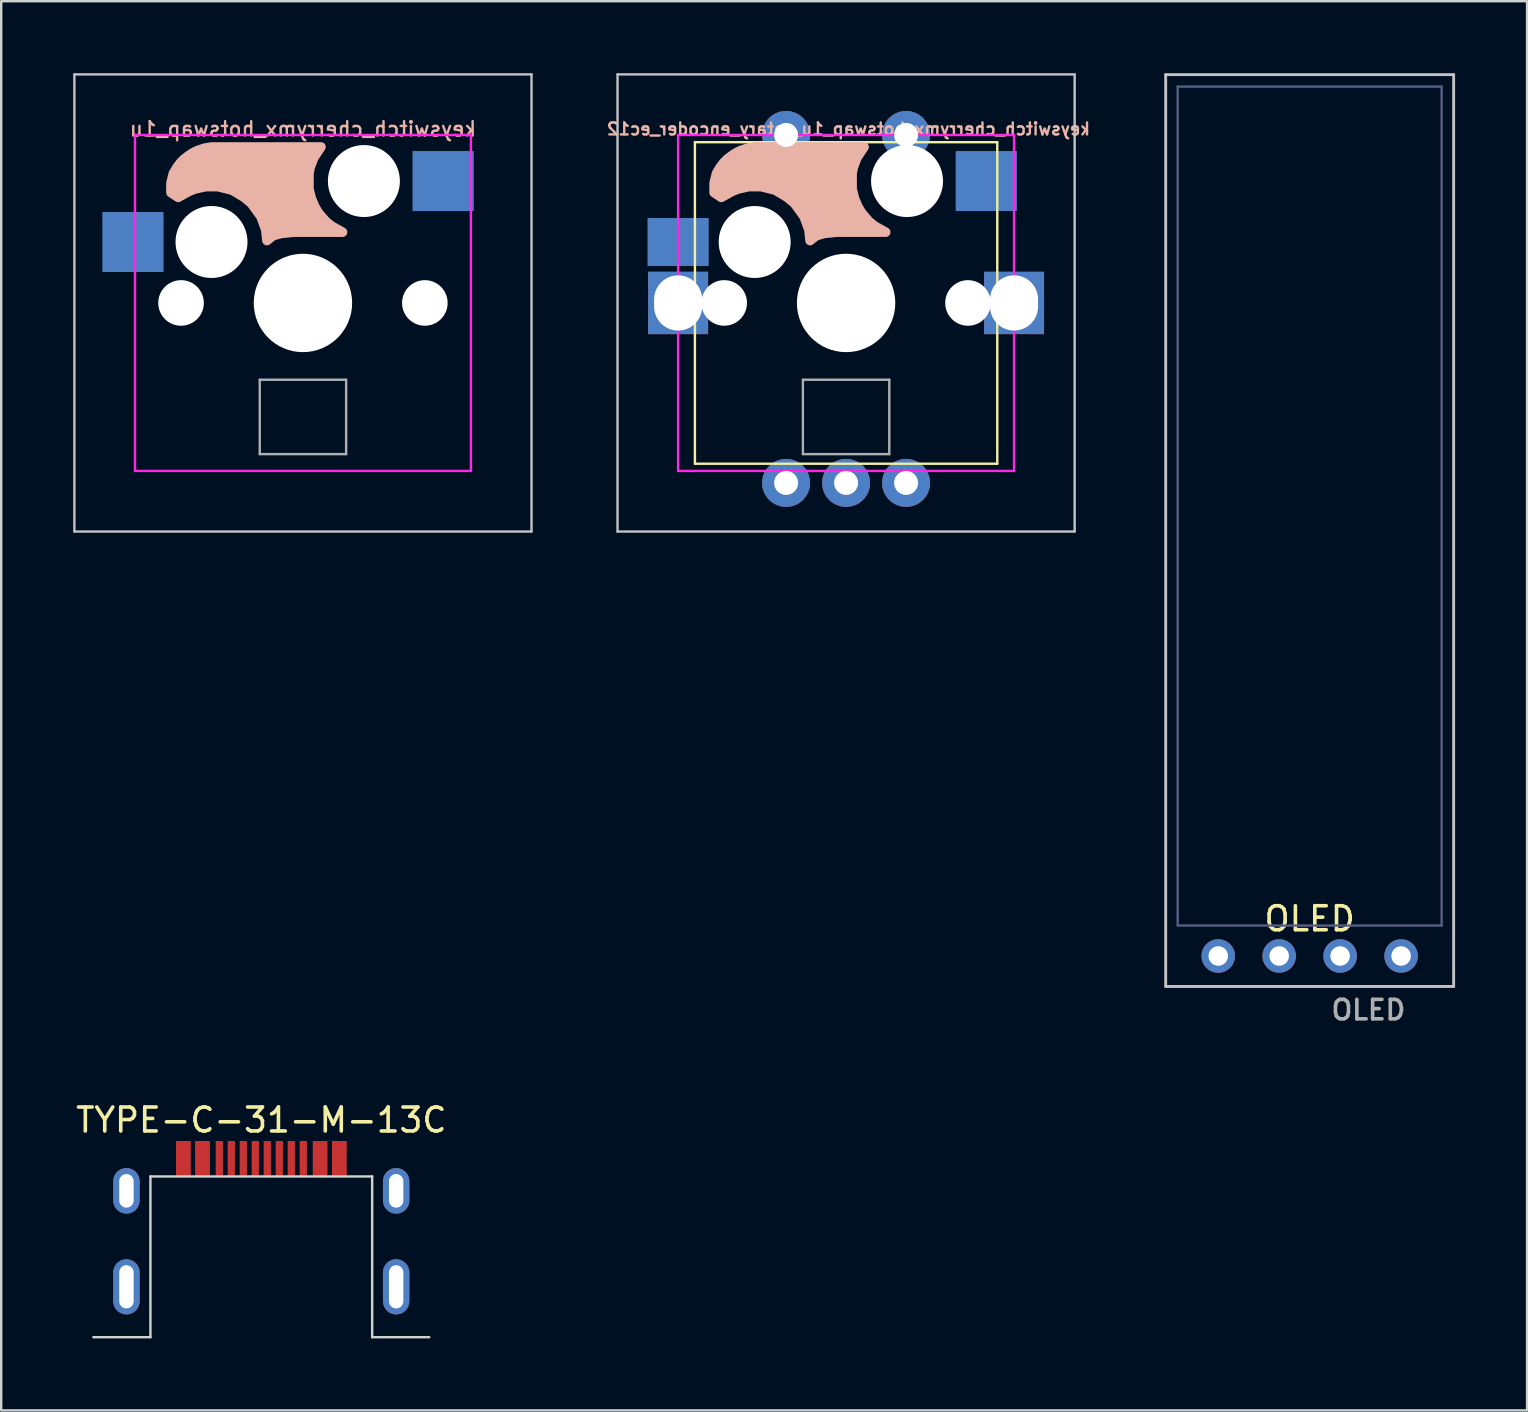
<source format=kicad_pcb>
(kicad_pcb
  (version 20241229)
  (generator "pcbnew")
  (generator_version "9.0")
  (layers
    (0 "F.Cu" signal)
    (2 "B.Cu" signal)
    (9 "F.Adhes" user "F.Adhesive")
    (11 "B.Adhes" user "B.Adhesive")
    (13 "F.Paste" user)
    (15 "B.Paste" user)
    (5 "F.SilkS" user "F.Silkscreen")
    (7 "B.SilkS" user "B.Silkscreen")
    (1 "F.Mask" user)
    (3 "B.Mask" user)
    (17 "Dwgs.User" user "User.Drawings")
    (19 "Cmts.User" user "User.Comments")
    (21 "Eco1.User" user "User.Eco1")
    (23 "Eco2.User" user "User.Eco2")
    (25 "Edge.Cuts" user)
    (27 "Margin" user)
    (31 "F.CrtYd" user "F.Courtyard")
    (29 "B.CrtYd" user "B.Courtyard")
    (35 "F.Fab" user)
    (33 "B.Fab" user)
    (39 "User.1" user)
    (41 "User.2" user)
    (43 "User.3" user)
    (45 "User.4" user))
  (footprint "TYPE-C-31-M-13C"
    (layer "F.Cu")
    (at 7.839 50.577)
    (property "Reference" "TYPE-C-31-M-13C" (at 0 -6.95 0) (layer "F.SilkS") (effects (font (size 1 1) (thickness 0.15))))
    (attr smd)
    (fp_line (start -7 2.1) (end -4.62 2.1) (stroke (width 0.1) (type default)) (layer "Edge.Cuts"))
    (fp_line (start -4.62 -4.6) (end -4.62 2.1) (stroke (width 0.1) (type solid)) (layer "Edge.Cuts"))
    (fp_line (start 4.62 -4.6) (end -4.62 -4.6) (stroke (width 0.1) (type default)) (layer "Edge.Cuts"))
    (fp_line (start 4.62 -4.6) (end 4.62 2.1) (stroke (width 0.1) (type solid)) (layer "Edge.Cuts"))
    (fp_line (start 4.62 2.1) (end 7 2.1) (stroke (width 0.1) (type default)) (layer "Edge.Cuts"))
    (pad "A1" smd rect (at -3.25 -5.35) (size 0.6 1.45) (layers "F.Cu" "F.Mask" "F.Paste"))
    (pad "A4" smd rect (at -2.45 -5.35) (size 0.6 1.45) (layers "F.Cu" "F.Mask" "F.Paste"))
    (pad "A5" smd rect (at -1.25 -5.35) (size 0.3 1.45) (layers "F.Cu" "F.Mask" "F.Paste"))
    (pad "A6" smd rect (at -0.25 -5.35) (size 0.3 1.45) (layers "F.Cu" "F.Mask" "F.Paste"))
    (pad "A7" smd rect (at 0.25 -5.35) (size 0.3 1.45) (layers "F.Cu" "F.Mask" "F.Paste"))
    (pad "A8" smd rect (at 1.25 -5.35) (size 0.3 1.45) (layers "F.Cu" "F.Mask" "F.Paste"))
    (pad "A9" smd rect (at 2.45 -5.35) (size 0.6 1.45) (layers "F.Cu" "F.Mask" "F.Paste"))
    (pad "A12" smd rect (at 3.25 -5.35) (size 0.6 1.45) (layers "F.Cu" "F.Mask" "F.Paste"))
    (pad "B1" smd rect (at 3.25 -5.35) (size 0.6 1.45) (layers "F.Cu" "F.Mask" "F.Paste"))
    (pad "B4" smd rect (at 2.45 -5.35) (size 0.6 1.45) (layers "F.Cu" "F.Mask" "F.Paste"))
    (pad "B5" smd rect (at 1.75 -5.35) (size 0.3 1.45) (layers "F.Cu" "F.Mask" "F.Paste"))
    (pad "B6" smd rect (at 0.75 -5.35) (size 0.3 1.45) (layers "F.Cu" "F.Mask" "F.Paste"))
    (pad "B7" smd rect (at -0.75 -5.35) (size 0.3 1.45) (layers "F.Cu" "F.Mask" "F.Paste"))
    (pad "B8" smd rect (at -1.75 -5.35) (size 0.3 1.45) (layers "F.Cu" "F.Mask" "F.Paste"))
    (pad "B9" smd rect (at -2.45 -5.35) (size 0.6 1.45) (layers "F.Cu" "F.Mask" "F.Paste"))
    (pad "B12" smd rect (at -3.25 -5.35) (size 0.6 1.45) (layers "F.Cu" "F.Mask" "F.Paste"))
    (pad "S1" thru_hole oval (at -5.62 -4) (size 1.1 1.9) (drill oval 0.6 1.4) (layers "*.Cu" "*.Mask"))
    (pad "S1" thru_hole oval (at -5.62 0) (size 1.1 2.3) (drill oval 0.6 1.8) (layers "*.Cu" "*.Mask"))
    (pad "S1" thru_hole oval (at 5.62 -4) (size 1.1 1.9) (drill oval 0.6 1.4) (layers "*.Cu" "*.Mask"))
    (pad "S1" thru_hole oval (at 5.62 0) (size 1.1 2.3) (drill oval 0.6 1.8) (layers "*.Cu" "*.Mask")))
  (footprint "OLED"
    (layer "F.Cu")
    (at 51.529 36.79)
    (property "Reference" "OLED" (at 2.45 2.25 180) (layer "F.Fab") (effects (font (size 0.813 0.813) (thickness 0.15))))
    (attr through_hole)
    (fp_line (start -6 -36.73) (end 6 -36.73) (stroke (width 0.12) (type solid)) (layer "Dwgs.User"))
    (fp_line (start -6 1.27) (end -6 -36.73) (stroke (width 0.12) (type solid)) (layer "Dwgs.User"))
    (fp_line (start -6 1.27) (end 6 1.27) (stroke (width 0.12) (type solid)) (layer "Dwgs.User"))
    (fp_line (start 6 -36.73) (end 6 1.27) (stroke (width 0.12) (type solid)) (layer "Dwgs.User"))
    (fp_line (start -5.5 -36.23) (end 5.5 -36.23) (stroke (width 0.1) (type default)) (layer "B.Fab"))
    (fp_line (start -5.5 -1.27) (end -5.5 -36.23) (stroke (width 0.1) (type default)) (layer "B.Fab"))
    (fp_line (start 5.5 -1.27) (end -5.5 -1.27) (stroke (width 0.1) (type default)) (layer "B.Fab"))
    (fp_line (start 5.5 -1.27) (end 5.5 -36.23) (stroke (width 0.1) (type default)) (layer "B.Fab"))
    (fp_text user "OLED" (at 0 -1.55 0) (layer "F.SilkS") (effects (font (size 1 1) (thickness 0.15))))
    (pad "1" thru_hole circle (at -3.81 0) (size 1.397 1.397) (drill 0.813) (layers "*.Cu" "*.Mask"))
    (pad "2" thru_hole circle (at -1.27 0) (size 1.397 1.397) (drill 0.813) (layers "*.Cu" "*.Mask"))
    (pad "3" thru_hole circle (at 1.27 0) (size 1.397 1.397) (drill 0.813) (layers "*.Cu" "*.Mask"))
    (pad "4" thru_hole circle (at 3.81 0) (size 1.397 1.397) (drill 0.813) (layers "*.Cu" "*.Mask")))
  (footprint "keyswitch_cherrymx_hotswap_1u"
    (layer "F.Cu")
    (at 9.575 9.575)
    (property "Reference" "keyswitch_cherrymx_hotswap_1u" (at 0 -7.25 0) (layer "B.SilkS") (effects (font (size 0.6 0.6) (thickness 0.1) (bold yes)) (justify mirror)))
    (attr smd)
    (fp_poly (pts (xy -3.6 -6.5) (xy -3.8 -6.5) (xy -4.1 -6.45) (xy -4.4 -6.35) (xy -4.6 -6.25) (xy -4.75 -6.15) (xy -4.95 -6) (xy -5.1 -5.85) (xy -5.25 -5.65) (xy -5.4 -5.4) (xy -5.5 -5) (xy -5.5 -4.6) (xy -5.35 -4.5) (xy -5.2 -4.4) (xy -4.75 -4.65) (xy -4.5 -4.75) (xy -4.05 -4.85) (xy -3.55 -4.85) (xy -2.95 -4.7) (xy -2.45 -4.4) (xy -2.15 -4.15) (xy -1.75 -3.6) (xy -1.55 -3.05) (xy -1.5 -2.6) (xy -1.25 -2.8) (xy -0.9 -2.9) (xy -0.4 -2.95) (xy 1.65 -2.95) (xy 1.2 -3.2) (xy 0.95 -3.4) (xy 0.65 -3.75) (xy 0.5 -4) (xy 0.35 -4.35) (xy 0.25 -4.75) (xy 0.25 -5.05) (xy 0.25 -5.4) (xy 0.3 -5.65) (xy 0.45 -6.05) (xy 0.75 -6.5)) (stroke (width 0.4) (type solid)) (fill yes) (layer "B.SilkS"))
    (fp_line (start -9.525 -9.525) (end 9.525 -9.525) (stroke (width 0.1) (type solid)) (layer "Dwgs.User"))
    (fp_line (start -9.525 9.525) (end -9.525 -9.525) (stroke (width 0.1) (type solid)) (layer "Dwgs.User"))
    (fp_line (start 9.525 -9.525) (end 9.525 9.525) (stroke (width 0.1) (type solid)) (layer "Dwgs.User"))
    (fp_line (start 9.525 9.525) (end -9.525 9.525) (stroke (width 0.1) (type solid)) (layer "Dwgs.User"))
    (fp_line (start -7 -7) (end -7 7) (stroke (width 0.1) (type default)) (layer "F.CrtYd"))
    (fp_line (start -7 -7) (end 7 -7) (stroke (width 0.1) (type default)) (layer "F.CrtYd"))
    (fp_line (start -7 7) (end 7 7) (stroke (width 0.1) (type default)) (layer "F.CrtYd"))
    (fp_line (start 7 7) (end 7 -7) (stroke (width 0.1) (type default)) (layer "F.CrtYd"))
    (fp_line (start -1.8 3.2) (end -1.8 6.3) (stroke (width 0.1) (type default)) (layer "F.Fab"))
    (fp_line (start -1.8 3.2) (end 1.8 3.2) (stroke (width 0.1) (type default)) (layer "F.Fab"))
    (fp_line (start -1.8 6.3) (end 1.8 6.3) (stroke (width 0.1) (type default)) (layer "F.Fab"))
    (fp_line (start 1.8 3.2) (end 1.8 6.3) (stroke (width 0.1) (type default)) (layer "F.Fab"))
    (pad "" np_thru_hole circle (at -5.08 0) (size 1.9 1.9) (drill 1.9) (layers "*.Cu" "*.Mask"))
    (pad "" np_thru_hole circle (at -3.81 -2.54) (size 3 3) (drill 3) (layers "*.Cu" "*.Mask"))
    (pad "" np_thru_hole circle (at 0 0 90) (size 4.1 4.1) (drill 4.1) (layers "*.Cu" "*.Mask"))
    (pad "" np_thru_hole circle (at 2.54 -5.08) (size 3 3) (drill 3) (layers "*.Cu" "*.Mask"))
    (pad "" np_thru_hole circle (at 5.08 0) (size 1.9 1.9) (drill 1.9) (layers "*.Cu" "*.Mask"))
    (pad "1" smd rect (at -7.085 -2.54 180) (size 2.55 2.5) (layers "B.Cu" "B.Mask" "B.Paste"))
    (pad "2" smd rect (at 5.842 -5.08 180) (size 2.55 2.5) (layers "B.Cu" "B.Mask" "B.Paste")))
  (footprint "keyswitch_cherrymx_hotswap_1u_rotary_encoder_ec12"
    (layer "F.Cu")
    (at 32.21 9.575)
    (property "Reference" "keyswitch_cherrymx_hotswap_1u_rotary_encoder_ec12" (at 0.1 -7.25 0) (layer "B.SilkS") (effects (font (size 0.5 0.5) (thickness 0.1) (bold yes)) (justify mirror)))
    (attr smd)
    (fp_line (start -6.3 -6.7) (end -6.3 6.7) (stroke (width 0.1) (type default)) (layer "F.SilkS"))
    (fp_line (start 6.3 -6.7) (end -6.3 -6.7) (stroke (width 0.1) (type default)) (layer "F.SilkS"))
    (fp_line (start 6.3 -6.7) (end 6.3 6.7) (stroke (width 0.1) (type default)) (layer "F.SilkS"))
    (fp_line (start 6.3 6.7) (end -6.3 6.7) (stroke (width 0.1) (type default)) (layer "F.SilkS"))
    (fp_poly (pts (xy -3.6 -6.5) (xy -3.8 -6.5) (xy -4.1 -6.45) (xy -4.4 -6.35) (xy -4.6 -6.25) (xy -4.75 -6.15) (xy -4.95 -6) (xy -5.1 -5.85) (xy -5.25 -5.65) (xy -5.4 -5.4) (xy -5.5 -5) (xy -5.5 -4.6) (xy -5.35 -4.5) (xy -5.2 -4.4) (xy -4.75 -4.65) (xy -4.5 -4.75) (xy -4.05 -4.85) (xy -3.55 -4.85) (xy -2.95 -4.7) (xy -2.45 -4.4) (xy -2.15 -4.15) (xy -1.75 -3.6) (xy -1.55 -3.05) (xy -1.5 -2.6) (xy -1.25 -2.8) (xy -0.9 -2.9) (xy -0.4 -2.95) (xy 1.65 -2.95) (xy 1.2 -3.2) (xy 0.95 -3.4) (xy 0.65 -3.75) (xy 0.5 -4) (xy 0.35 -4.35) (xy 0.25 -4.75) (xy 0.25 -5.05) (xy 0.25 -5.4) (xy 0.3 -5.65) (xy 0.45 -6.05) (xy 0.75 -6.5)) (stroke (width 0.4) (type solid)) (fill yes) (layer "B.SilkS"))
    (fp_line (start -9.525 -9.525) (end 9.525 -9.525) (stroke (width 0.1) (type solid)) (layer "Dwgs.User"))
    (fp_line (start -9.525 9.525) (end -9.525 -9.525) (stroke (width 0.1) (type solid)) (layer "Dwgs.User"))
    (fp_line (start 9.525 -9.525) (end 9.525 9.525) (stroke (width 0.1) (type solid)) (layer "Dwgs.User"))
    (fp_line (start 9.525 9.525) (end -9.525 9.525) (stroke (width 0.1) (type solid)) (layer "Dwgs.User"))
    (fp_line (start -7 -7) (end -7 7) (stroke (width 0.1) (type default)) (layer "F.CrtYd"))
    (fp_line (start -7 -7) (end 7 -7) (stroke (width 0.1) (type default)) (layer "F.CrtYd"))
    (fp_line (start -7 7) (end 7 7) (stroke (width 0.1) (type default)) (layer "F.CrtYd"))
    (fp_line (start 7 7) (end 7 -7) (stroke (width 0.1) (type default)) (layer "F.CrtYd"))
    (fp_line (start -1.8 3.2) (end -1.8 6.3) (stroke (width 0.1) (type default)) (layer "F.Fab"))
    (fp_line (start -1.8 3.2) (end 1.8 3.2) (stroke (width 0.1) (type default)) (layer "F.Fab"))
    (fp_line (start -1.8 6.3) (end 1.8 6.3) (stroke (width 0.1) (type default)) (layer "F.Fab"))
    (fp_line (start 1.8 3.2) (end 1.8 6.3) (stroke (width 0.1) (type default)) (layer "F.Fab"))
    (pad "" np_thru_hole circle (at -5.08 0) (size 1.9 1.9) (drill 1.9) (layers "*.Cu" "*.Mask"))
    (pad "" np_thru_hole circle (at -3.81 -2.54) (size 3 3) (drill 3) (layers "*.Cu" "*.Mask"))
    (pad "" np_thru_hole circle (at 0 0 90) (size 4.1 4.1) (drill 4.1) (layers "*.Cu" "*.Mask"))
    (pad "" np_thru_hole circle (at 2.54 -5.08) (size 3 3) (drill 3) (layers "*.Cu" "*.Mask"))
    (pad "" np_thru_hole circle (at 5.08 0) (size 1.9 1.9) (drill 1.9) (layers "*.Cu" "*.Mask"))
    (pad "A" thru_hole circle (at -2.5 7.5) (size 2 2) (drill 1) (layers "*.Cu" "*.Mask"))
    (pad "B" thru_hole circle (at 2.5 7.5) (size 2 2) (drill 1) (layers "*.Cu" "*.Mask"))
    (pad "C" thru_hole circle (at 0 7.5) (size 2 2) (drill 1) (layers "*.Cu" "*.Mask"))
    (pad "MP" thru_hole rect (at -7 0 90) (size 2.6 2.5) (drill oval 2.3 2) (layers "*.Cu" "*.Mask"))
    (pad "MP" thru_hole rect (at 7 0 90) (size 2.6 2.5) (drill oval 2.3 2) (layers "*.Cu" "*.Mask"))
    (pad "S1" thru_hole circle (at 2.5 -7) (size 2 2) (drill 1) (layers "*.Cu" "*.Mask"))
    (pad "S1" smd rect (at 5.842 -5.08 180) (size 2.55 2.5) (layers "B.Cu" "B.Mask" "B.Paste"))
    (pad "S2" smd rect (at -7 -2.54 180) (size 2.55 2) (layers "B.Cu" "B.Mask" "B.Paste"))
    (pad "S2" thru_hole circle (at -2.5 -7) (size 2 2) (drill 1) (layers "*.Cu" "*.Mask")))
  (gr_rect
    (start -3 -3)
    (end 60.589 55.727)
    (stroke (width 0.1) (type default))
    (fill no)
    (layer "Edge.Cuts")))
</source>
